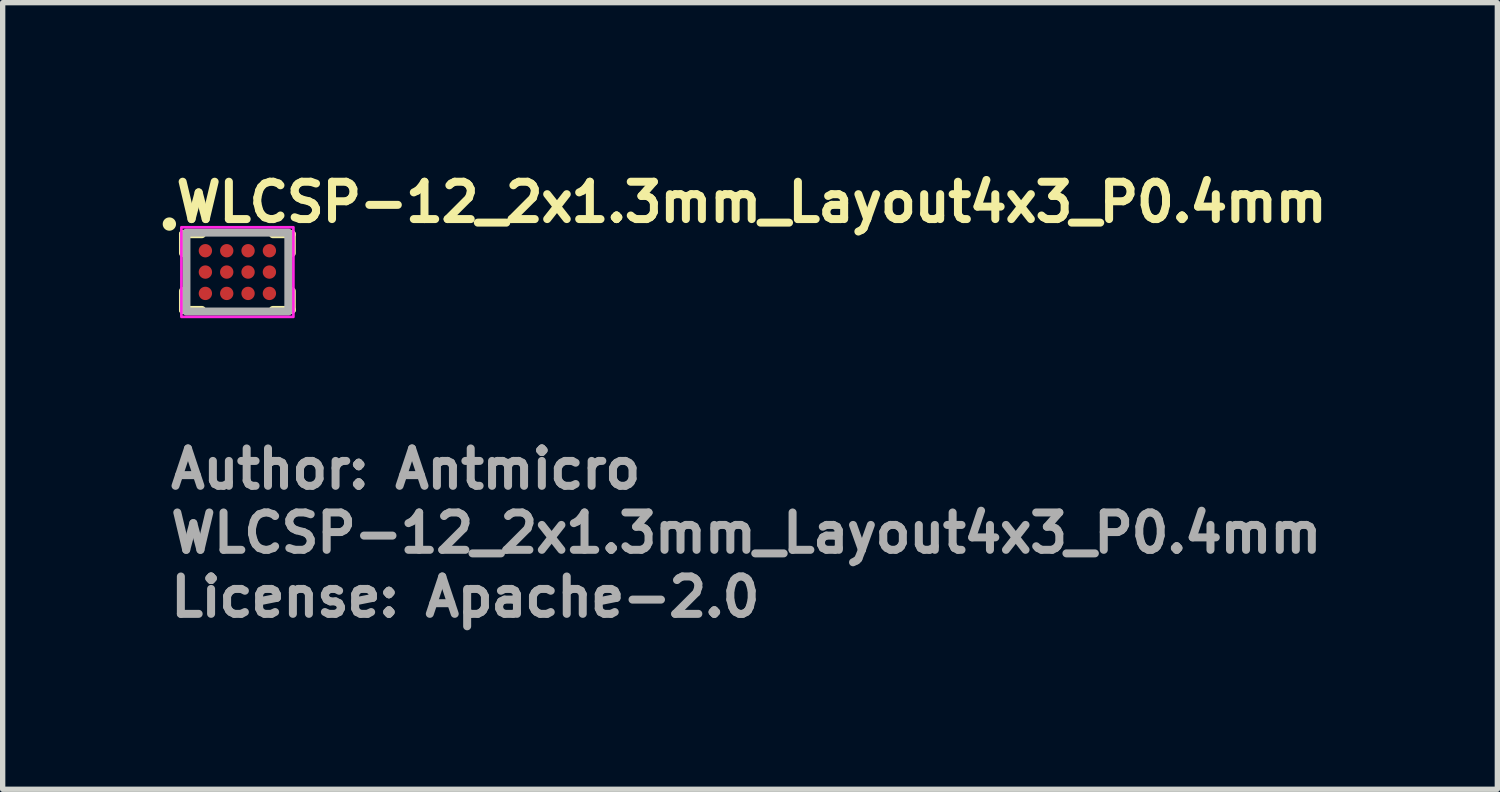
<source format=kicad_pcb>
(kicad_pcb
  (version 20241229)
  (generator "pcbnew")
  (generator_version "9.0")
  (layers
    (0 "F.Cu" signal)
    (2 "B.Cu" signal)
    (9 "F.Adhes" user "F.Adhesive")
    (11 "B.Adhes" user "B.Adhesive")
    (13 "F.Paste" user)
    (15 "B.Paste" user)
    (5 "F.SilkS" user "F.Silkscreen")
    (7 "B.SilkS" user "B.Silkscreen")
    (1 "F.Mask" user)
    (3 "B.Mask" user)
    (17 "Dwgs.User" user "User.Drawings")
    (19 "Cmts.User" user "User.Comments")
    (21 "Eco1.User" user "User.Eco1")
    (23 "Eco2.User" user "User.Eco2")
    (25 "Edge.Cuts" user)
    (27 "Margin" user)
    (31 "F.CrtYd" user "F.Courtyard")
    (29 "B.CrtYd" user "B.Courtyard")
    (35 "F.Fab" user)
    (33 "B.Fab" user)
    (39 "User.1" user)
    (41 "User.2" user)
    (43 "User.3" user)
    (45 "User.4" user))
  (footprint "WLCSP-12_2x1.3mm_Layout4x3_P0.4mm"
    (layer "F.Cu")
    (at 1.4 2.05)
    (property "Reference" "WLCSP-12_2x1.3mm_Layout4x3_P0.4mm" (at -1.225 -0.9 0) (layer "F.SilkS") (effects (font (size 0.7 0.7) (thickness 0.15)) (justify left bottom)))
    (attr smd)
    (fp_line (start -1.02 -0.71) (end -0.665 -0.71) (stroke (width 0.15) (type solid)) (layer "F.SilkS"))
    (fp_line (start -1.02 -0.355) (end -1.02 -0.71) (stroke (width 0.15) (type solid)) (layer "F.SilkS"))
    (fp_line (start -1.02 0.71) (end -1.02 0.355) (stroke (width 0.15) (type solid)) (layer "F.SilkS"))
    (fp_line (start -0.665 0.71) (end -1.02 0.71) (stroke (width 0.15) (type solid)) (layer "F.SilkS"))
    (fp_line (start 0.665 -0.71) (end 1.02 -0.71) (stroke (width 0.15) (type solid)) (layer "F.SilkS"))
    (fp_line (start 1.02 -0.71) (end 1.02 -0.355) (stroke (width 0.15) (type solid)) (layer "F.SilkS"))
    (fp_line (start 1.02 0.355) (end 1.02 0.71) (stroke (width 0.15) (type solid)) (layer "F.SilkS"))
    (fp_line (start 1.02 0.71) (end 0.665 0.71) (stroke (width 0.15) (type solid)) (layer "F.SilkS"))
    (fp_circle (center -1.275 -0.9) (end -1.225 -0.9) (stroke (width 0.15) (type solid)) (fill yes) (layer "F.SilkS"))
    (fp_rect (start -1.05 -0.84) (end 1.05 0.84) (stroke (width 0.05) (type solid)) (fill no) (layer "F.CrtYd"))
    (fp_rect (start -0.955 -0.74) (end 0.955 0.74) (stroke (width 0.15) (type solid)) (fill no) (layer "F.Fab"))
    (fp_rect (start -0.955 -0.74) (end 0.955 0.74) (stroke (width 0.1) (type solid)) (fill no) (layer "User.5"))
    (fp_line (start -0.955 -0.74) (end -0.955 0.74) (stroke (width 0.02) (type solid)) (layer "User.9"))
    (fp_line (start -0.955 0.74) (end 0.955 0.74) (stroke (width 0.02) (type solid)) (layer "User.9"))
    (fp_line (start -0.83 -0.54) (end -0.826 -0.517) (stroke (width 0.02) (type solid)) (layer "User.9"))
    (fp_line (start -0.83 -0.54) (end -0.826 -0.517) (stroke (width 0.02) (type solid)) (layer "User.9"))
    (fp_line (start -0.826 -0.563) (end -0.83 -0.54) (stroke (width 0.02) (type solid)) (layer "User.9"))
    (fp_line (start -0.826 -0.563) (end -0.83 -0.54) (stroke (width 0.02) (type solid)) (layer "User.9"))
    (fp_line (start -0.826 -0.517) (end -0.816 -0.496) (stroke (width 0.02) (type solid)) (layer "User.9"))
    (fp_line (start -0.826 -0.517) (end -0.816 -0.496) (stroke (width 0.02) (type solid)) (layer "User.9"))
    (fp_line (start -0.816 -0.584) (end -0.826 -0.563) (stroke (width 0.02) (type solid)) (layer "User.9"))
    (fp_line (start -0.816 -0.584) (end -0.826 -0.563) (stroke (width 0.02) (type solid)) (layer "User.9"))
    (fp_line (start -0.816 -0.496) (end -0.799 -0.479) (stroke (width 0.02) (type solid)) (layer "User.9"))
    (fp_line (start -0.816 -0.496) (end -0.799 -0.479) (stroke (width 0.02) (type solid)) (layer "User.9"))
    (fp_line (start -0.799 -0.601) (end -0.816 -0.584) (stroke (width 0.02) (type solid)) (layer "User.9"))
    (fp_line (start -0.799 -0.601) (end -0.816 -0.584) (stroke (width 0.02) (type solid)) (layer "User.9"))
    (fp_line (start -0.799 -0.479) (end -0.778 -0.469) (stroke (width 0.02) (type solid)) (layer "User.9"))
    (fp_line (start -0.799 -0.479) (end -0.778 -0.469) (stroke (width 0.02) (type solid)) (layer "User.9"))
    (fp_line (start -0.778 -0.611) (end -0.799 -0.601) (stroke (width 0.02) (type solid)) (layer "User.9"))
    (fp_line (start -0.778 -0.611) (end -0.799 -0.601) (stroke (width 0.02) (type solid)) (layer "User.9"))
    (fp_line (start -0.778 -0.469) (end -0.755 -0.465) (stroke (width 0.02) (type solid)) (layer "User.9"))
    (fp_line (start -0.778 -0.469) (end -0.755 -0.465) (stroke (width 0.02) (type solid)) (layer "User.9"))
    (fp_line (start -0.755 -0.615) (end -0.778 -0.611) (stroke (width 0.02) (type solid)) (layer "User.9"))
    (fp_line (start -0.755 -0.615) (end -0.778 -0.611) (stroke (width 0.02) (type solid)) (layer "User.9"))
    (fp_line (start -0.755 -0.465) (end -0.732 -0.469) (stroke (width 0.02) (type solid)) (layer "User.9"))
    (fp_line (start -0.755 -0.465) (end -0.732 -0.469) (stroke (width 0.02) (type solid)) (layer "User.9"))
    (fp_line (start -0.732 -0.611) (end -0.755 -0.615) (stroke (width 0.02) (type solid)) (layer "User.9"))
    (fp_line (start -0.732 -0.611) (end -0.755 -0.615) (stroke (width 0.02) (type solid)) (layer "User.9"))
    (fp_line (start -0.732 -0.469) (end -0.711 -0.479) (stroke (width 0.02) (type solid)) (layer "User.9"))
    (fp_line (start -0.732 -0.469) (end -0.711 -0.479) (stroke (width 0.02) (type solid)) (layer "User.9"))
    (fp_line (start -0.711 -0.601) (end -0.732 -0.611) (stroke (width 0.02) (type solid)) (layer "User.9"))
    (fp_line (start -0.711 -0.601) (end -0.732 -0.611) (stroke (width 0.02) (type solid)) (layer "User.9"))
    (fp_line (start -0.711 -0.479) (end -0.694 -0.496) (stroke (width 0.02) (type solid)) (layer "User.9"))
    (fp_line (start -0.711 -0.479) (end -0.694 -0.496) (stroke (width 0.02) (type solid)) (layer "User.9"))
    (fp_line (start -0.694 -0.584) (end -0.711 -0.601) (stroke (width 0.02) (type solid)) (layer "User.9"))
    (fp_line (start -0.694 -0.584) (end -0.711 -0.601) (stroke (width 0.02) (type solid)) (layer "User.9"))
    (fp_line (start -0.694 -0.496) (end -0.684 -0.517) (stroke (width 0.02) (type solid)) (layer "User.9"))
    (fp_line (start -0.694 -0.496) (end -0.684 -0.517) (stroke (width 0.02) (type solid)) (layer "User.9"))
    (fp_line (start -0.684 -0.563) (end -0.694 -0.584) (stroke (width 0.02) (type solid)) (layer "User.9"))
    (fp_line (start -0.684 -0.563) (end -0.694 -0.584) (stroke (width 0.02) (type solid)) (layer "User.9"))
    (fp_line (start -0.684 -0.517) (end -0.68 -0.54) (stroke (width 0.02) (type solid)) (layer "User.9"))
    (fp_line (start -0.684 -0.517) (end -0.68 -0.54) (stroke (width 0.02) (type solid)) (layer "User.9"))
    (fp_line (start -0.68 -0.54) (end -0.684 -0.563) (stroke (width 0.02) (type solid)) (layer "User.9"))
    (fp_line (start -0.68 -0.54) (end -0.684 -0.563) (stroke (width 0.02) (type solid)) (layer "User.9"))
    (fp_line (start 0.955 -0.74) (end -0.955 -0.74) (stroke (width 0.02) (type solid)) (layer "User.9"))
    (fp_line (start 0.955 0.74) (end 0.955 -0.74) (stroke (width 0.02) (type solid)) (layer "User.9"))
    (fp_text user "License: Apache-2.0" (at -1.325 6.5 0) (layer "F.Fab") (effects (font (size 0.7 0.7) (thickness 0.15)) (justify left bottom)))
    (fp_text user "Author: Antmicro" (at -1.325 4.1 0) (layer "F.Fab") (effects (font (size 0.7 0.7) (thickness 0.15)) (justify left bottom)))
    (fp_text user "${REFERENCE}" (at -1.325 5.3 0) (layer "F.Fab") (effects (font (size 0.7 0.7) (thickness 0.15)) (justify left bottom)))
    (pad "A1" smd circle (at -0.6 -0.4 90) (size 0.25 0.25) (layers "F.Cu" "F.Mask" "F.Paste"))
    (pad "A2" smd circle (at -0.2 -0.4 90) (size 0.25 0.25) (layers "F.Cu" "F.Mask" "F.Paste"))
    (pad "A3" smd circle (at 0.2 -0.4 90) (size 0.25 0.25) (layers "F.Cu" "F.Mask" "F.Paste"))
    (pad "A4" smd circle (at 0.6 -0.4 90) (size 0.25 0.25) (layers "F.Cu" "F.Mask" "F.Paste"))
    (pad "B1" smd circle (at -0.6 0 90) (size 0.25 0.25) (layers "F.Cu" "F.Mask" "F.Paste"))
    (pad "B2" smd circle (at -0.2 0 90) (size 0.25 0.25) (layers "F.Cu" "F.Mask" "F.Paste"))
    (pad "B3" smd circle (at 0.2 0 90) (size 0.25 0.25) (layers "F.Cu" "F.Mask" "F.Paste"))
    (pad "B4" smd circle (at 0.6 0 90) (size 0.25 0.25) (layers "F.Cu" "F.Mask" "F.Paste"))
    (pad "C1" smd circle (at -0.6 0.4 90) (size 0.25 0.25) (layers "F.Cu" "F.Mask" "F.Paste"))
    (pad "C2" smd circle (at -0.2 0.4 90) (size 0.25 0.25) (layers "F.Cu" "F.Mask" "F.Paste"))
    (pad "C3" smd circle (at 0.2 0.4 90) (size 0.25 0.25) (layers "F.Cu" "F.Mask" "F.Paste"))
    (pad "C4" smd circle (at 0.6 0.4 90) (size 0.25 0.25) (layers "F.Cu" "F.Mask" "F.Paste")))
  (gr_rect
    (start -3 -3)
    (end 25.018 11.745)
    (stroke (width 0.1) (type default))
    (fill no)
    (layer "Edge.Cuts")))
</source>
